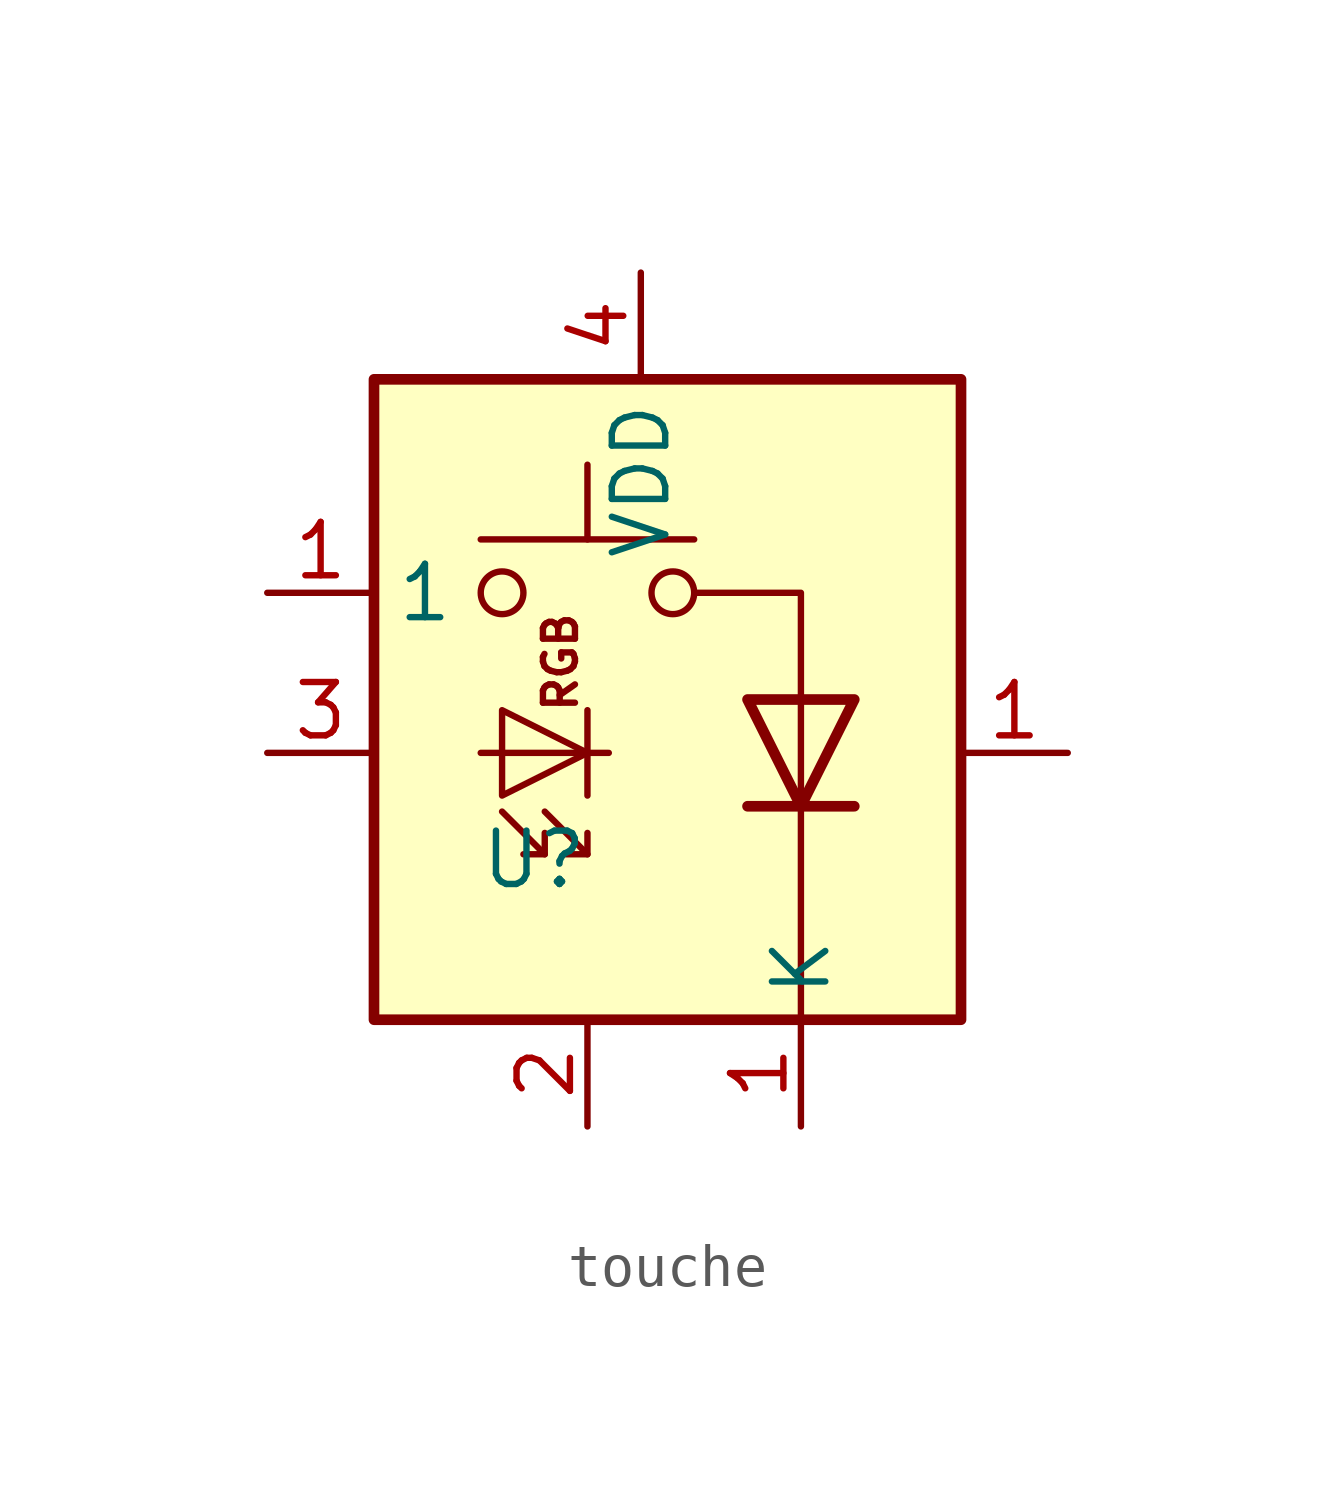
<source format=kicad_sym>
(kicad_symbol_lib
  (version 20220914)
  (generator kicad_symbol_editor)
  (symbol "touche"
    (property "Reference" "U"
      (at 0 0 0)
      (effects (font (size 1.27 1.27))))
    (property "Value" ""
      (at 0 0 0)
      (effects (font (size 1.27 1.27))))
    (symbol "touche_0_0"
      (text "RGB" (at 0.628 4.696 900) (effects (font (size 0.762 0.762)))))
    (symbol "touche_0_1"
      (rectangle (start -3.81 11.43) (end 10.16 -3.81) (stroke (width 0.254) (type default)) (fill (type background)))
      (circle (center -0.762 6.35) (radius 0.508) (stroke (width 0) (type default)) (fill (type none)))
      (polyline (pts (xy 0.254 0.127) (xy 0.254 0.635)) (stroke (width 0) (type default)) (fill (type none)))
      (polyline (pts (xy 1.27 0.127) (xy 1.27 0.635)) (stroke (width 0) (type default)) (fill (type none)))
      (polyline (pts (xy 1.27 3.556) (xy 1.27 1.524)) (stroke (width 0) (type default)) (fill (type none)))
      (polyline (pts (xy 1.27 7.62) (xy 1.27 9.398)) (stroke (width 0) (type default)) (fill (type none)))
      (polyline (pts (xy 3.81 7.62) (xy -1.27 7.62)) (stroke (width 0) (type default)) (fill (type none)))
      (polyline (pts (xy 5.08 1.27) (xy 7.62 1.27)) (stroke (width 0.254) (type default)) (fill (type none)))
      (polyline (pts (xy 6.35 1.27) (xy 6.35 -3.81)) (stroke (width 0) (type default)) (fill (type none)))
      (polyline (pts (xy 6.35 3.81) (xy 6.35 1.27)) (stroke (width 0) (type default)) (fill (type none)))
      (polyline (pts (xy -1.27 2.54) (xy 1.27 2.54) (xy 1.778 2.54)) (stroke (width 0) (type default)) (fill (type none)))
      (polyline (pts (xy -0.762 1.143) (xy 0.254 0.127) (xy -0.254 0.127)) (stroke (width 0) (type default)) (fill (type none)))
      (polyline (pts (xy 0.254 1.143) (xy 1.27 0.127) (xy 0.762 0.127)) (stroke (width 0) (type default)) (fill (type none)))
      (polyline (pts (xy 6.35 3.81) (xy 6.35 6.35) (xy 3.81 6.35)) (stroke (width 0) (type default)) (fill (type none)))
      (polyline (pts (xy -0.762 3.556) (xy -0.762 1.524) (xy 1.27 2.54) (xy -0.762 3.556)) (stroke (width 0) (type default)) (fill (type none)))
      (polyline (pts (xy 5.08 3.81) (xy 7.62 3.81) (xy 6.35 1.27) (xy 5.08 3.81)) (stroke (width 0.254) (type default)) (fill (type none)))
      (circle (center 3.302 6.35) (radius 0.508) (stroke (width 0) (type default)) (fill (type none)))
      (pin passive line (at -6.35 6.35 0) (length 2.54) (name "1" (effects (font (size 1.27 1.27)))) (number "1" (effects (font (size 1.27 1.27))))))
    (symbol "touche_1_1"
      (pin output line (at 12.7 2.54 180) (length 2.54) (name "" (effects (font (size 1.27 1.27)))) (number "1" (effects (font (size 1.27 1.27)))))
      (pin passive line (at 6.35 -6.35 90) (length 2.54) (name "K" (effects (font (size 1.27 1.27)))) (number "1" (effects (font (size 1.27 1.27)))))
      (pin power_out line (at 1.27 -6.35 90) (length 2.54) (name "" (effects (font (size 1.27 1.27)))) (number "2" (effects (font (size 1.27 1.27)))))
      (pin input line (at -6.35 2.54 0) (length 2.54) (name "" (effects (font (size 1.27 1.27)))) (number "3" (effects (font (size 1.27 1.27)))))
      (pin power_in line (at 2.54 13.97 270) (length 2.54) (name "VDD" (effects (font (size 1.27 1.27)))) (number "4" (effects (font (size 1.27 1.27))))))))
</source>
